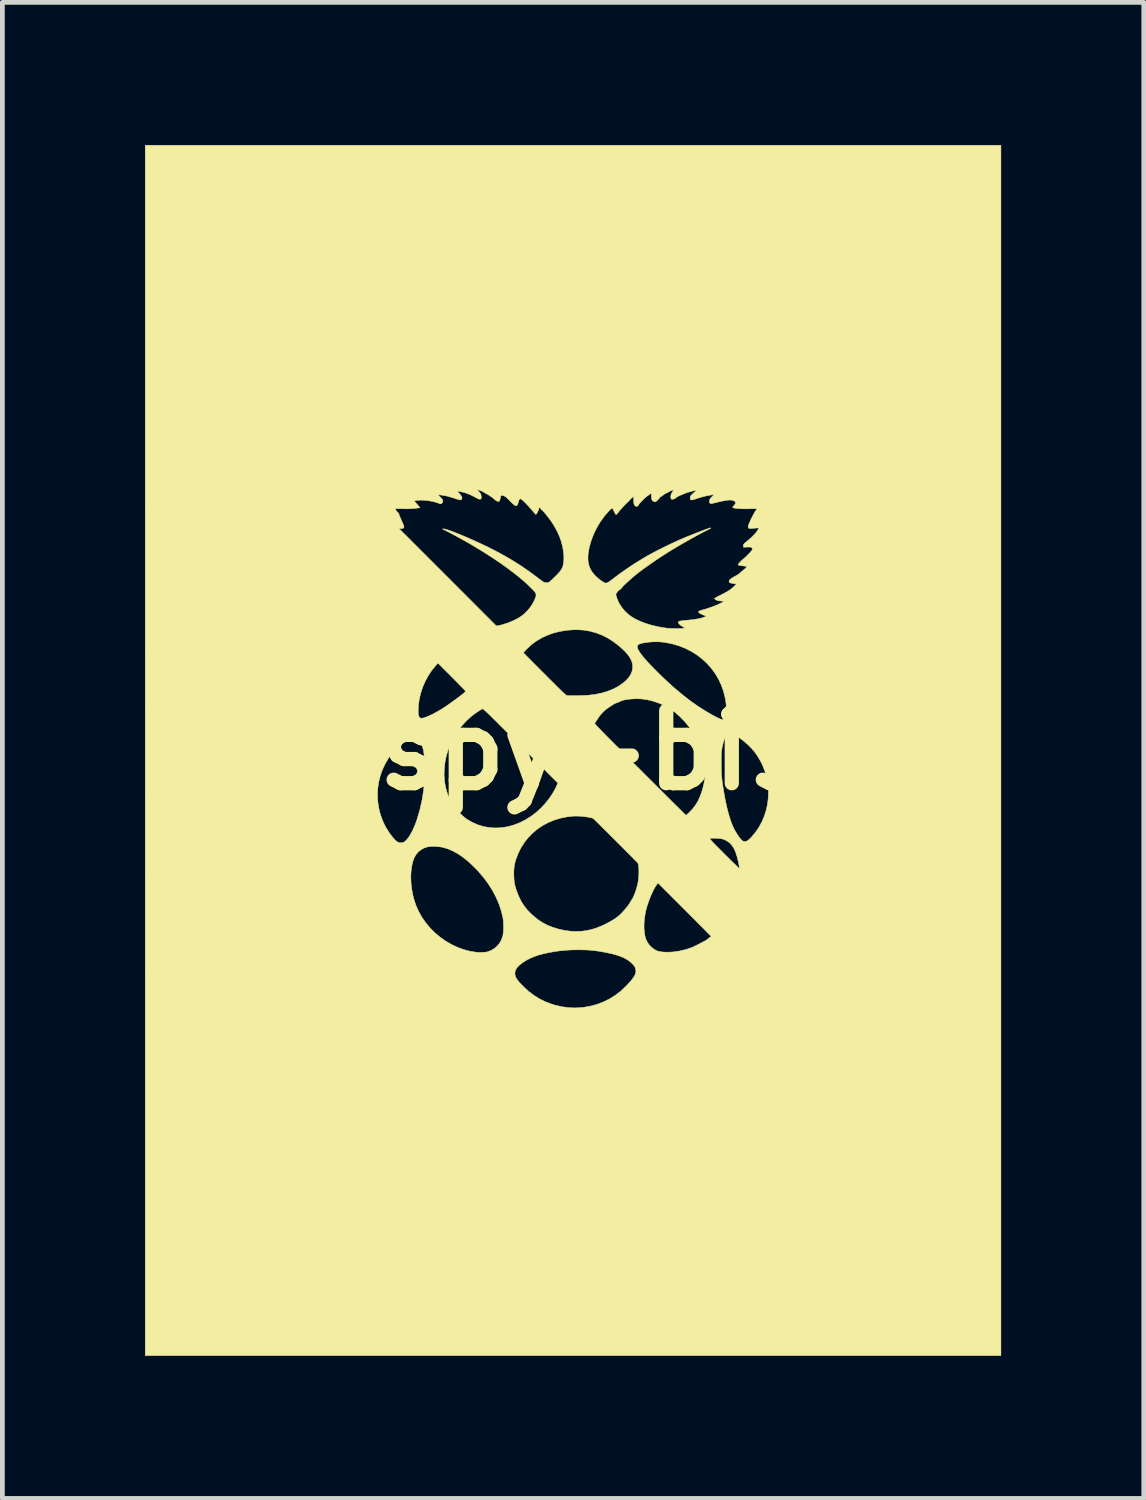
<source format=kicad_pcb>
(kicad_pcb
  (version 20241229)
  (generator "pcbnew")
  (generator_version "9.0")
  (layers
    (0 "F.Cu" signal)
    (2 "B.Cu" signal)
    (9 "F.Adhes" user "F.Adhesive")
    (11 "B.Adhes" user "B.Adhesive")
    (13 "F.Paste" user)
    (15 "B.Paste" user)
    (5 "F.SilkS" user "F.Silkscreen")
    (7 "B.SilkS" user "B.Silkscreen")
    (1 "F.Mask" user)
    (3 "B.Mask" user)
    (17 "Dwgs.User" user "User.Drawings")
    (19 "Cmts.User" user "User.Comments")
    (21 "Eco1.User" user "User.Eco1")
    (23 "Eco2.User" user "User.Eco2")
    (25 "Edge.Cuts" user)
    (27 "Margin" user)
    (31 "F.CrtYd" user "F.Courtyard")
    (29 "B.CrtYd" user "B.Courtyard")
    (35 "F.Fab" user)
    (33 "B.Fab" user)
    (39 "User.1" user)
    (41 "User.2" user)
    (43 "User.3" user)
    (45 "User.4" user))
  (footprint "raspy-bis2"
    (layer "F.Cu")
    (at 9.004 12.734)
    (property "Reference" "raspy-bis2" (at 0 0 0) (layer "F.SilkS") (effects (font (size 1.524 1.524) (thickness 0.3))))
    (attr through_hole)
    (fp_poly (pts (xy 8.999 12.729) (xy -8.999 12.729) (xy -8.999 4.703) (xy -1.224 4.703) (xy -1.214 4.751) (xy -1.213 4.753) (xy -1.197 4.787) (xy -1.173 4.824) (xy -1.141 4.866) (xy -1.099 4.912) (xy -1.046 4.966) (xy -1.037 4.975) (xy -0.929 5.073) (xy -0.818 5.156) (xy -0.703 5.227) (xy -0.582 5.287) (xy -0.453 5.335) (xy -0.376 5.359) (xy -0.241 5.39) (xy -0.11 5.409) (xy 0.02 5.416) (xy 0.152 5.411) (xy 0.207 5.406) (xy 0.354 5.381) (xy 0.496 5.344) (xy 0.632 5.293) (xy 0.762 5.229) (xy 0.886 5.152) (xy 1.004 5.062) (xy 1.114 4.959) (xy 1.218 4.845) (xy 1.256 4.796) (xy 1.285 4.754) (xy 1.304 4.718) (xy 1.316 4.684) (xy 1.32 4.652) (xy 1.321 4.642) (xy 1.316 4.598) (xy 1.302 4.559) (xy 1.277 4.521) (xy 1.258 4.499) (xy 1.207 4.451) (xy 1.149 4.408) (xy 1.082 4.369) (xy 1.005 4.335) (xy 0.918 4.305) (xy 0.819 4.278) (xy 0.722 4.257) (xy 0.616 4.236) (xy 0.518 4.22) (xy 0.426 4.209) (xy 0.335 4.2) (xy 0.241 4.196) (xy 0.139 4.194) (xy 0.098 4.194) (xy -0.028 4.196) (xy -0.146 4.202) (xy -0.26 4.213) (xy -0.375 4.228) (xy -0.497 4.25) (xy -0.497 4.25) (xy -0.617 4.275) (xy -0.724 4.304) (xy -0.82 4.337) (xy -0.907 4.374) (xy -0.987 4.416) (xy -1.062 4.464) (xy -1.069 4.469) (xy -1.129 4.516) (xy -1.174 4.563) (xy -1.205 4.61) (xy -1.221 4.656) (xy -1.224 4.703) (xy -8.999 4.703) (xy -8.999 2.615) (xy -3.412 2.615) (xy -3.412 2.718) (xy -3.405 2.824) (xy -3.391 2.932) (xy -3.371 3.039) (xy -3.344 3.144) (xy -3.31 3.246) (xy -3.307 3.255) (xy -3.25 3.384) (xy -3.181 3.507) (xy -3.101 3.623) (xy -3.01 3.732) (xy -2.91 3.833) (xy -2.801 3.925) (xy -2.685 4.007) (xy -2.563 4.079) (xy -2.435 4.14) (xy -2.304 4.188) (xy -2.169 4.224) (xy -2.039 4.245) (xy -1.989 4.249) (xy -1.937 4.249) (xy -1.885 4.247) (xy -1.838 4.243) (xy -1.8 4.236) (xy -1.793 4.234) (xy -1.72 4.205) (xy -1.654 4.165) (xy -1.595 4.114) (xy -1.547 4.055) (xy -1.518 4.006) (xy -1.502 3.97) (xy -1.488 3.932) (xy -1.477 3.897) (xy -1.476 3.89) (xy -1.47 3.852) (xy -1.466 3.803) (xy -1.463 3.748) (xy -1.463 3.689) (xy -1.465 3.631) (xy -1.468 3.578) (xy -1.474 3.533) (xy -1.475 3.523) (xy -1.51 3.377) (xy -1.558 3.232) (xy -1.62 3.088) (xy -1.695 2.946) (xy -1.783 2.807) (xy -1.883 2.672) (xy -1.971 2.569) (xy -1.247 2.569) (xy -1.246 2.633) (xy -1.243 2.696) (xy -1.239 2.75) (xy -1.231 2.798) (xy -1.221 2.847) (xy -1.206 2.899) (xy -1.191 2.946) (xy -1.147 3.061) (xy -1.095 3.167) (xy -1.034 3.264) (xy -0.963 3.355) (xy -0.88 3.441) (xy -0.785 3.523) (xy -0.711 3.579) (xy -0.623 3.634) (xy -0.524 3.683) (xy -0.417 3.724) (xy -0.303 3.758) (xy -0.187 3.784) (xy -0.069 3.801) (xy 0.047 3.808) (xy 0.16 3.805) (xy 0.182 3.803) (xy 0.289 3.788) (xy 0.391 3.766) (xy 0.491 3.735) (xy 0.516 3.725) (xy 1.492 3.725) (xy 1.495 3.774) (xy 1.502 3.842) (xy 1.512 3.899) (xy 1.525 3.95) (xy 1.543 3.996) (xy 1.565 4.039) (xy 1.599 4.087) (xy 1.642 4.133) (xy 1.691 4.173) (xy 1.743 4.205) (xy 1.78 4.221) (xy 1.832 4.233) (xy 1.895 4.241) (xy 1.968 4.244) (xy 2.048 4.242) (xy 2.108 4.238) (xy 2.247 4.218) (xy 2.382 4.185) (xy 2.51 4.14) (xy 2.627 4.084) (xy 2.663 4.065) (xy 2.702 4.044) (xy 2.738 4.026) (xy 2.751 4.019) (xy 2.782 4.002) (xy 2.812 3.983) (xy 2.836 3.965) (xy 2.838 3.963) (xy 2.859 3.946) (xy 2.878 3.933) (xy 2.887 3.927) (xy 2.899 3.918) (xy 2.903 3.912) (xy 2.898 3.906) (xy 2.883 3.89) (xy 2.86 3.866) (xy 2.828 3.833) (xy 2.788 3.793) (xy 2.742 3.746) (xy 2.689 3.693) (xy 2.63 3.634) (xy 2.567 3.57) (xy 2.499 3.501) (xy 2.427 3.43) (xy 2.353 3.355) (xy 2.343 3.345) (xy 1.783 2.785) (xy 1.767 2.813) (xy 1.753 2.835) (xy 1.739 2.855) (xy 1.736 2.859) (xy 1.717 2.888) (xy 1.694 2.929) (xy 1.67 2.98) (xy 1.644 3.037) (xy 1.618 3.099) (xy 1.594 3.164) (xy 1.571 3.23) (xy 1.552 3.287) (xy 1.524 3.396) (xy 1.505 3.508) (xy 1.494 3.619) (xy 1.492 3.725) (xy 0.516 3.725) (xy 0.594 3.694) (xy 0.686 3.651) (xy 0.765 3.609) (xy 0.833 3.57) (xy 0.893 3.531) (xy 0.947 3.491) (xy 0.997 3.446) (xy 1.047 3.394) (xy 1.099 3.335) (xy 1.143 3.281) (xy 1.164 3.253) (xy 1.185 3.223) (xy 1.201 3.197) (xy 1.201 3.197) (xy 1.216 3.171) (xy 1.235 3.14) (xy 1.253 3.109) (xy 1.254 3.109) (xy 1.272 3.073) (xy 1.292 3.026) (xy 1.312 2.972) (xy 1.331 2.913) (xy 1.348 2.853) (xy 1.362 2.794) (xy 1.364 2.783) (xy 1.373 2.729) (xy 1.379 2.672) (xy 1.383 2.613) (xy 1.384 2.555) (xy 1.383 2.5) (xy 1.38 2.451) (xy 1.374 2.41) (xy 1.366 2.38) (xy 1.36 2.368) (xy 1.354 2.36) (xy 1.337 2.343) (xy 1.313 2.318) (xy 1.281 2.285) (xy 1.242 2.246) (xy 1.197 2.2) (xy 1.147 2.15) (xy 1.094 2.096) (xy 1.037 2.039) (xy 0.978 1.98) (xy 0.918 1.92) (xy 0.857 1.86) (xy 0.853 1.855) (xy 2.876 1.855) (xy 2.878 1.86) (xy 2.883 1.868) (xy 2.893 1.881) (xy 2.908 1.898) (xy 2.929 1.921) (xy 2.957 1.95) (xy 2.992 1.986) (xy 3.036 2.03) (xy 3.087 2.082) (xy 3.149 2.144) (xy 3.179 2.174) (xy 3.235 2.23) (xy 3.288 2.282) (xy 3.336 2.33) (xy 3.38 2.373) (xy 3.419 2.41) (xy 3.45 2.44) (xy 3.474 2.463) (xy 3.49 2.477) (xy 3.497 2.481) (xy 3.497 2.481) (xy 3.497 2.471) (xy 3.495 2.45) (xy 3.492 2.423) (xy 3.491 2.418) (xy 3.481 2.365) (xy 3.467 2.305) (xy 3.451 2.242) (xy 3.432 2.181) (xy 3.418 2.138) (xy 3.383 2.061) (xy 3.34 1.995) (xy 3.289 1.941) (xy 3.229 1.899) (xy 3.161 1.869) (xy 3.135 1.861) (xy 3.11 1.856) (xy 3.077 1.852) (xy 3.038 1.849) (xy 2.997 1.847) (xy 2.957 1.847) (xy 2.921 1.847) (xy 2.894 1.849) (xy 2.878 1.853) (xy 2.876 1.855) (xy 0.853 1.855) (xy 0.797 1.8) (xy 0.739 1.741) (xy 0.682 1.685) (xy 0.629 1.633) (xy 0.58 1.584) (xy 0.537 1.541) (xy 0.499 1.504) (xy 0.468 1.473) (xy 0.444 1.451) (xy 0.43 1.437) (xy 0.425 1.433) (xy 0.403 1.423) (xy 0.369 1.414) (xy 0.326 1.405) (xy 0.275 1.397) (xy 0.221 1.39) (xy 0.164 1.385) (xy 0.108 1.382) (xy 0.055 1.381) (xy 0.011 1.382) (xy -0.131 1.398) (xy -0.268 1.426) (xy -0.4 1.466) (xy -0.524 1.518) (xy -0.642 1.581) (xy -0.751 1.655) (xy -0.852 1.739) (xy -0.943 1.833) (xy -1.025 1.936) (xy -1.096 2.048) (xy -1.156 2.168) (xy -1.203 2.293) (xy -1.223 2.362) (xy -1.236 2.428) (xy -1.244 2.496) (xy -1.247 2.569) (xy -1.971 2.569) (xy -1.994 2.542) (xy -2.043 2.49) (xy -2.146 2.389) (xy -2.246 2.301) (xy -2.344 2.226) (xy -2.44 2.163) (xy -2.536 2.112) (xy -2.632 2.071) (xy -2.729 2.042) (xy -2.758 2.035) (xy -2.802 2.028) (xy -2.854 2.022) (xy -2.908 2.019) (xy -2.961 2.019) (xy -3.009 2.021) (xy -3.048 2.026) (xy -3.058 2.028) (xy -3.132 2.052) (xy -3.198 2.088) (xy -3.256 2.135) (xy -3.304 2.192) (xy -3.31 2.201) (xy -3.344 2.265) (xy -3.371 2.34) (xy -3.391 2.424) (xy -3.405 2.517) (xy -3.412 2.615) (xy -8.999 2.615) (xy -8.999 0.933) (xy -4.115 0.933) (xy -4.108 1.07) (xy -4.088 1.206) (xy -4.055 1.341) (xy -4.008 1.473) (xy -3.973 1.549) (xy -3.942 1.611) (xy -3.906 1.671) (xy -3.868 1.73) (xy -3.828 1.785) (xy -3.789 1.834) (xy -3.751 1.876) (xy -3.717 1.908) (xy -3.686 1.93) (xy -3.677 1.934) (xy -3.643 1.943) (xy -3.604 1.943) (xy -3.569 1.935) (xy -3.566 1.933) (xy -3.531 1.91) (xy -3.495 1.874) (xy -3.457 1.826) (xy -3.42 1.767) (xy -3.383 1.698) (xy -3.347 1.62) (xy -3.312 1.536) (xy -3.284 1.457) (xy -3.223 1.25) (xy -3.176 1.042) (xy -3.144 0.833) (xy -3.138 0.784) (xy -3.133 0.719) (xy -3.13 0.664) (xy -3.131 0.611) (xy -3.135 0.557) (xy -3.14 0.523) (xy -2.713 0.523) (xy -2.703 0.657) (xy -2.679 0.786) (xy -2.643 0.91) (xy -2.593 1.029) (xy -2.53 1.141) (xy -2.517 1.161) (xy -2.482 1.21) (xy -2.437 1.262) (xy -2.386 1.316) (xy -2.333 1.367) (xy -2.28 1.412) (xy -2.231 1.449) (xy -2.229 1.45) (xy -2.121 1.513) (xy -2.008 1.563) (xy -1.89 1.599) (xy -1.768 1.622) (xy -1.643 1.631) (xy -1.516 1.626) (xy -1.515 1.626) (xy -1.384 1.606) (xy -1.255 1.572) (xy -1.129 1.524) (xy -1.006 1.463) (xy -0.888 1.389) (xy -0.774 1.303) (xy -0.671 1.209) (xy -0.584 1.114) (xy -0.504 1.014) (xy -0.434 0.911) (xy -0.374 0.806) (xy -0.344 0.741) (xy -0.32 0.686) (xy -1.103 -0.097) (xy -1.21 -0.203) (xy -1.306 -0.3) (xy -1.394 -0.387) (xy -1.472 -0.465) (xy -1.542 -0.534) (xy -1.58 -0.572) (xy 0.457 -0.572) (xy 0.457 -0.569) (xy 0.458 -0.565) (xy 0.462 -0.559) (xy 0.467 -0.551) (xy 0.476 -0.541) (xy 0.487 -0.527) (xy 0.502 -0.511) (xy 0.521 -0.491) (xy 0.545 -0.466) (xy 0.573 -0.437) (xy 0.606 -0.403) (xy 0.645 -0.363) (xy 0.69 -0.317) (xy 0.742 -0.265) (xy 0.801 -0.206) (xy 0.867 -0.139) (xy 0.941 -0.065) (xy 1.023 0.017) (xy 1.114 0.108) (xy 1.214 0.208) (xy 1.323 0.318) (xy 1.409 0.404) (xy 1.507 0.502) (xy 1.603 0.598) (xy 1.696 0.69) (xy 1.785 0.779) (xy 1.869 0.863) (xy 1.949 0.943) (xy 2.024 1.017) (xy 2.092 1.086) (xy 2.155 1.148) (xy 2.211 1.203) (xy 2.259 1.251) (xy 2.3 1.292) (xy 2.332 1.323) (xy 2.356 1.347) (xy 2.37 1.36) (xy 2.375 1.364) (xy 2.382 1.36) (xy 2.398 1.347) (xy 2.419 1.327) (xy 2.444 1.304) (xy 2.447 1.301) (xy 2.515 1.229) (xy 2.573 1.153) (xy 2.623 1.072) (xy 2.666 0.982) (xy 2.703 0.881) (xy 2.725 0.808) (xy 2.746 0.726) (xy 2.761 0.65) (xy 2.77 0.575) (xy 2.774 0.496) (xy 2.775 0.439) (xy 2.769 0.318) (xy 2.762 0.263) (xy 3.117 0.263) (xy 3.117 0.279) (xy 3.117 0.347) (xy 3.118 0.406) (xy 3.12 0.459) (xy 3.122 0.509) (xy 3.126 0.558) (xy 3.131 0.608) (xy 3.138 0.663) (xy 3.146 0.723) (xy 3.157 0.792) (xy 3.17 0.873) (xy 3.176 0.904) (xy 3.199 1.032) (xy 3.225 1.156) (xy 3.253 1.273) (xy 3.284 1.382) (xy 3.315 1.48) (xy 3.348 1.568) (xy 3.379 1.638) (xy 3.403 1.683) (xy 3.431 1.731) (xy 3.46 1.777) (xy 3.49 1.82) (xy 3.517 1.856) (xy 3.541 1.882) (xy 3.544 1.885) (xy 3.565 1.903) (xy 3.582 1.912) (xy 3.6 1.916) (xy 3.607 1.916) (xy 3.634 1.913) (xy 3.659 1.905) (xy 3.662 1.904) (xy 3.677 1.894) (xy 3.698 1.876) (xy 3.724 1.852) (xy 3.747 1.829) (xy 3.834 1.726) (xy 3.91 1.615) (xy 3.974 1.497) (xy 4.025 1.374) (xy 4.065 1.246) (xy 4.092 1.115) (xy 4.107 0.981) (xy 4.109 0.847) (xy 4.098 0.711) (xy 4.074 0.577) (xy 4.037 0.445) (xy 3.987 0.315) (xy 3.973 0.285) (xy 3.934 0.21) (xy 3.888 0.133) (xy 3.838 0.059) (xy 3.795 0.003) (xy 3.747 -0.051) (xy 3.693 -0.106) (xy 3.635 -0.159) (xy 3.574 -0.209) (xy 3.513 -0.254) (xy 3.454 -0.294) (xy 3.399 -0.325) (xy 3.35 -0.347) (xy 3.333 -0.353) (xy 3.299 -0.359) (xy 3.269 -0.356) (xy 3.243 -0.343) (xy 3.22 -0.318) (xy 3.199 -0.282) (xy 3.18 -0.233) (xy 3.161 -0.171) (xy 3.157 -0.156) (xy 3.146 -0.114) (xy 3.138 -0.076) (xy 3.131 -0.04) (xy 3.126 -0.003) (xy 3.122 0.036) (xy 3.12 0.079) (xy 3.118 0.13) (xy 3.117 0.191) (xy 3.117 0.263) (xy 2.762 0.263) (xy 2.754 0.202) (xy 2.729 0.087) (xy 2.692 -0.027) (xy 2.644 -0.144) (xy 2.598 -0.237) (xy 2.521 -0.373) (xy 2.436 -0.499) (xy 2.343 -0.613) (xy 2.243 -0.716) (xy 2.137 -0.807) (xy 2.025 -0.885) (xy 1.907 -0.95) (xy 1.811 -0.993) (xy 1.684 -1.036) (xy 1.561 -1.066) (xy 1.44 -1.083) (xy 1.318 -1.087) (xy 1.194 -1.079) (xy 1.193 -1.079) (xy 1.134 -1.071) (xy 1.087 -1.063) (xy 1.047 -1.053) (xy 1.011 -1.041) (xy 0.977 -1.026) (xy 0.972 -1.023) (xy 0.946 -1.011) (xy 0.922 -1.002) (xy 0.909 -0.998) (xy 0.891 -0.992) (xy 0.867 -0.979) (xy 0.84 -0.963) (xy 0.832 -0.958) (xy 0.801 -0.938) (xy 0.769 -0.917) (xy 0.741 -0.899) (xy 0.738 -0.897) (xy 0.699 -0.869) (xy 0.656 -0.831) (xy 0.613 -0.789) (xy 0.575 -0.746) (xy 0.545 -0.707) (xy 0.543 -0.704) (xy 0.524 -0.675) (xy 0.506 -0.647) (xy 0.49 -0.625) (xy 0.487 -0.62) (xy 0.473 -0.599) (xy 0.461 -0.58) (xy 0.457 -0.574) (xy 0.457 -0.572) (xy -1.58 -0.572) (xy -1.604 -0.596) (xy -1.659 -0.65) (xy -1.707 -0.697) (xy -1.748 -0.738) (xy -1.783 -0.772) (xy -1.813 -0.8) (xy -1.837 -0.823) (xy -1.857 -0.841) (xy -1.873 -0.855) (xy -1.885 -0.865) (xy -1.893 -0.871) (xy -1.899 -0.875) (xy -1.903 -0.876) (xy -1.903 -0.876) (xy -1.918 -0.869) (xy -1.942 -0.856) (xy -1.972 -0.837) (xy -2.007 -0.814) (xy -2.044 -0.789) (xy -2.08 -0.763) (xy -2.113 -0.739) (xy -2.13 -0.725) (xy -2.238 -0.629) (xy -2.337 -0.521) (xy -2.427 -0.405) (xy -2.505 -0.281) (xy -2.572 -0.15) (xy -2.627 -0.014) (xy -2.669 0.126) (xy -2.693 0.243) (xy -2.709 0.385) (xy -2.713 0.523) (xy -3.14 0.523) (xy -3.143 0.495) (xy -3.147 0.462) (xy -3.149 0.432) (xy -3.148 0.4) (xy -3.145 0.362) (xy -3.143 0.339) (xy -3.136 0.279) (xy -3.132 0.23) (xy -3.13 0.19) (xy -3.129 0.154) (xy -3.131 0.12) (xy -3.134 0.085) (xy -3.135 0.079) (xy -3.148 -0.005) (xy -3.169 -0.08) (xy -3.198 -0.152) (xy -3.2 -0.156) (xy -3.231 -0.212) (xy -3.264 -0.254) (xy -3.297 -0.282) (xy -3.333 -0.296) (xy -3.351 -0.298) (xy -3.378 -0.292) (xy -3.412 -0.278) (xy -3.454 -0.255) (xy -3.5 -0.226) (xy -3.55 -0.19) (xy -3.6 -0.15) (xy -3.651 -0.106) (xy -3.7 -0.06) (xy -3.701 -0.058) (xy -3.797 0.047) (xy -3.88 0.16) (xy -3.951 0.279) (xy -4.009 0.403) (xy -4.055 0.531) (xy -4.088 0.663) (xy -4.108 0.798) (xy -4.115 0.933) (xy -8.999 0.933) (xy -8.999 -0.828) (xy -3.258 -0.828) (xy -3.257 -0.779) (xy -3.252 -0.742) (xy -3.243 -0.715) (xy -3.231 -0.696) (xy -3.226 -0.691) (xy -3.21 -0.681) (xy -3.193 -0.676) (xy -3.17 -0.678) (xy -3.139 -0.685) (xy -3.101 -0.697) (xy -3.047 -0.719) (xy -2.985 -0.747) (xy -2.917 -0.782) (xy -2.846 -0.821) (xy -2.775 -0.863) (xy -2.707 -0.906) (xy -2.7 -0.911) (xy -2.657 -0.94) (xy -2.61 -0.972) (xy -2.561 -1.007) (xy -2.512 -1.043) (xy -2.462 -1.079) (xy -2.415 -1.114) (xy -2.372 -1.147) (xy -2.333 -1.177) (xy -2.301 -1.203) (xy -2.277 -1.223) (xy -2.262 -1.237) (xy -2.258 -1.242) (xy -2.263 -1.248) (xy -2.277 -1.264) (xy -2.299 -1.288) (xy -2.329 -1.319) (xy -2.366 -1.357) (xy -2.408 -1.4) (xy -2.455 -1.448) (xy -2.507 -1.5) (xy -2.549 -1.543) (xy -2.843 -1.836) (xy -2.881 -1.794) (xy -2.968 -1.69) (xy -3.044 -1.576) (xy -3.11 -1.455) (xy -3.165 -1.328) (xy -3.207 -1.197) (xy -3.238 -1.063) (xy -3.255 -0.929) (xy -3.258 -0.828) (xy -8.999 -0.828) (xy -8.999 -2.054) (xy -1.045 -2.054) (xy -1.04 -2.049) (xy -1.025 -2.033) (xy -1.002 -2.01) (xy -0.971 -1.978) (xy -0.932 -1.939) (xy -0.886 -1.893) (xy -0.835 -1.841) (xy -0.779 -1.785) (xy -0.718 -1.724) (xy -0.654 -1.659) (xy -0.597 -1.603) (xy -0.519 -1.524) (xy -0.45 -1.456) (xy -0.39 -1.397) (xy -0.339 -1.345) (xy -0.295 -1.302) (xy -0.258 -1.266) (xy -0.227 -1.236) (xy -0.202 -1.212) (xy -0.181 -1.193) (xy -0.165 -1.179) (xy -0.152 -1.168) (xy -0.142 -1.161) (xy -0.134 -1.157) (xy -0.128 -1.154) (xy -0.122 -1.153) (xy -0.12 -1.153) (xy -0.096 -1.152) (xy -0.06 -1.151) (xy -0.016 -1.151) (xy 0.035 -1.152) (xy 0.09 -1.152) (xy 0.145 -1.154) (xy 0.199 -1.155) (xy 0.248 -1.157) (xy 0.29 -1.159) (xy 0.322 -1.161) (xy 0.327 -1.162) (xy 0.469 -1.179) (xy 0.6 -1.206) (xy 0.722 -1.242) (xy 0.837 -1.288) (xy 0.882 -1.31) (xy 0.974 -1.362) (xy 1.053 -1.418) (xy 1.12 -1.476) (xy 1.174 -1.537) (xy 1.214 -1.601) (xy 1.241 -1.666) (xy 1.253 -1.733) (xy 1.253 -1.787) (xy 1.243 -1.844) (xy 1.223 -1.901) (xy 1.191 -1.959) (xy 1.148 -2.019) (xy 1.092 -2.082) (xy 1.023 -2.148) (xy 0.99 -2.178) (xy 1.351 -2.178) (xy 1.357 -2.148) (xy 1.373 -2.111) (xy 1.399 -2.068) (xy 1.435 -2.017) (xy 1.481 -1.96) (xy 1.537 -1.894) (xy 1.604 -1.821) (xy 1.683 -1.74) (xy 1.772 -1.65) (xy 1.831 -1.591) (xy 1.994 -1.436) (xy 2.153 -1.294) (xy 2.309 -1.164) (xy 2.462 -1.045) (xy 2.615 -0.937) (xy 2.767 -0.839) (xy 2.92 -0.749) (xy 2.971 -0.722) (xy 3.029 -0.692) (xy 3.075 -0.67) (xy 3.113 -0.655) (xy 3.142 -0.648) (xy 3.166 -0.646) (xy 3.184 -0.651) (xy 3.199 -0.662) (xy 3.2 -0.663) (xy 3.211 -0.684) (xy 3.22 -0.717) (xy 3.225 -0.76) (xy 3.227 -0.812) (xy 3.226 -0.871) (xy 3.223 -0.935) (xy 3.216 -1.001) (xy 3.206 -1.069) (xy 3.2 -1.099) (xy 3.166 -1.238) (xy 3.119 -1.371) (xy 3.06 -1.497) (xy 2.99 -1.616) (xy 2.909 -1.727) (xy 2.817 -1.83) (xy 2.716 -1.924) (xy 2.606 -2.008) (xy 2.487 -2.083) (xy 2.361 -2.147) (xy 2.227 -2.2) (xy 2.087 -2.241) (xy 1.942 -2.27) (xy 1.869 -2.279) (xy 1.81 -2.284) (xy 1.748 -2.285) (xy 1.684 -2.284) (xy 1.62 -2.28) (xy 1.558 -2.273) (xy 1.501 -2.265) (xy 1.451 -2.255) (xy 1.41 -2.243) (xy 1.379 -2.23) (xy 1.366 -2.221) (xy 1.354 -2.202) (xy 1.351 -2.178) (xy 0.99 -2.178) (xy 0.977 -2.189) (xy 0.859 -2.281) (xy 0.738 -2.359) (xy 0.613 -2.423) (xy 0.484 -2.473) (xy 0.352 -2.509) (xy 0.215 -2.531) (xy 0.075 -2.539) (xy 0.011 -2.538) (xy -0.139 -2.526) (xy -0.282 -2.502) (xy -0.42 -2.467) (xy -0.549 -2.42) (xy -0.672 -2.362) (xy -0.785 -2.293) (xy -0.889 -2.214) (xy -0.984 -2.124) (xy -0.994 -2.114) (xy -1.015 -2.09) (xy -1.032 -2.071) (xy -1.043 -2.058) (xy -1.045 -2.054) (xy -8.999 -2.054) (xy -8.999 -5.08) (xy -3.737 -5.08) (xy -3.732 -5.062) (xy -3.718 -5.039) (xy -3.697 -5.015) (xy -3.689 -5.007) (xy -3.673 -4.992) (xy -3.664 -4.98) (xy -3.663 -4.976) (xy -3.664 -4.972) (xy -3.662 -4.965) (xy -3.658 -4.954) (xy -3.651 -4.936) (xy -3.641 -4.911) (xy -3.626 -4.876) (xy -3.606 -4.83) (xy -3.595 -4.806) (xy -3.58 -4.772) (xy -3.568 -4.741) (xy -3.56 -4.716) (xy -3.556 -4.701) (xy -3.556 -4.7) (xy -3.561 -4.683) (xy -3.576 -4.672) (xy -3.602 -4.667) (xy -3.622 -4.666) (xy -3.661 -4.666) (xy -2.638 -3.643) (xy -1.615 -2.619) (xy -1.582 -2.623) (xy -1.561 -2.627) (xy -1.531 -2.634) (xy -1.496 -2.643) (xy -1.474 -2.649) (xy -1.367 -2.683) (xy -1.266 -2.725) (xy -1.173 -2.771) (xy -1.092 -2.821) (xy -1.089 -2.824) (xy -1.022 -2.877) (xy -0.959 -2.94) (xy -0.902 -3.009) (xy -0.852 -3.083) (xy -0.812 -3.159) (xy -0.787 -3.224) (xy -0.78 -3.253) (xy -0.779 -3.279) (xy -0.786 -3.303) (xy -0.801 -3.33) (xy -0.827 -3.361) (xy -0.848 -3.383) (xy -0.937 -3.472) (xy -1.039 -3.564) (xy -1.153 -3.66) (xy -1.278 -3.758) (xy -1.413 -3.859) (xy -1.558 -3.961) (xy -1.711 -4.063) (xy -1.871 -4.166) (xy -2.038 -4.268) (xy -2.21 -4.37) (xy -2.388 -4.469) (xy -2.569 -4.567) (xy -2.703 -4.636) (xy -2.747 -4.658) (xy -2.717 -4.659) (xy -2.696 -4.656) (xy -2.663 -4.647) (xy -2.62 -4.633) (xy -2.568 -4.615) (xy -2.507 -4.592) (xy -2.44 -4.565) (xy -2.367 -4.536) (xy -2.289 -4.503) (xy -2.208 -4.469) (xy -2.126 -4.432) (xy -2.043 -4.395) (xy -1.96 -4.357) (xy -1.879 -4.319) (xy -1.801 -4.282) (xy -1.742 -4.252) (xy -1.563 -4.16) (xy -1.395 -4.067) (xy -1.235 -3.971) (xy -1.079 -3.871) (xy -0.924 -3.764) (xy -0.768 -3.649) (xy -0.689 -3.589) (xy -0.663 -3.569) (xy -0.637 -3.552) (xy -0.618 -3.54) (xy -0.612 -3.537) (xy -0.58 -3.529) (xy -0.544 -3.528) (xy -0.513 -3.534) (xy -0.512 -3.534) (xy -0.501 -3.541) (xy -0.482 -3.557) (xy -0.457 -3.58) (xy -0.426 -3.609) (xy -0.393 -3.641) (xy -0.378 -3.656) (xy -0.333 -3.701) (xy -0.297 -3.74) (xy -0.27 -3.772) (xy -0.249 -3.801) (xy -0.233 -3.829) (xy -0.221 -3.857) (xy -0.211 -3.886) (xy -0.199 -3.949) (xy -0.194 -4.021) (xy -0.194 -4.058) (xy 0.312 -4.058) (xy 0.316 -3.975) (xy 0.331 -3.899) (xy 0.357 -3.828) (xy 0.394 -3.762) (xy 0.442 -3.7) (xy 0.453 -3.689) (xy 0.487 -3.654) (xy 0.527 -3.619) (xy 0.569 -3.585) (xy 0.609 -3.557) (xy 0.643 -3.536) (xy 0.647 -3.534) (xy 0.665 -3.525) (xy 0.682 -3.52) (xy 0.698 -3.52) (xy 0.716 -3.525) (xy 0.738 -3.535) (xy 0.765 -3.553) (xy 0.799 -3.577) (xy 0.842 -3.61) (xy 0.856 -3.621) (xy 0.997 -3.727) (xy 1.149 -3.833) (xy 1.308 -3.938) (xy 1.471 -4.038) (xy 1.566 -4.094) (xy 1.63 -4.129) (xy 1.704 -4.169) (xy 1.787 -4.212) (xy 1.875 -4.256) (xy 1.965 -4.3) (xy 2.055 -4.344) (xy 2.142 -4.384) (xy 2.223 -4.421) (xy 2.29 -4.45) (xy 2.341 -4.472) (xy 2.397 -4.495) (xy 2.457 -4.519) (xy 2.518 -4.544) (xy 2.58 -4.568) (xy 2.64 -4.591) (xy 2.697 -4.613) (xy 2.75 -4.633) (xy 2.796 -4.651) (xy 2.835 -4.664) (xy 2.864 -4.674) (xy 2.882 -4.68) (xy 2.887 -4.681) (xy 2.895 -4.679) (xy 2.892 -4.673) (xy 2.876 -4.663) (xy 2.849 -4.648) (xy 2.817 -4.632) (xy 2.763 -4.605) (xy 2.699 -4.572) (xy 2.627 -4.533) (xy 2.549 -4.49) (xy 2.466 -4.444) (xy 2.382 -4.397) (xy 2.298 -4.349) (xy 2.216 -4.301) (xy 2.138 -4.255) (xy 2.067 -4.212) (xy 2.017 -4.182) (xy 1.935 -4.129) (xy 1.848 -4.073) (xy 1.76 -4.015) (xy 1.673 -3.955) (xy 1.588 -3.896) (xy 1.509 -3.84) (xy 1.436 -3.786) (xy 1.372 -3.738) (xy 1.336 -3.71) (xy 1.308 -3.686) (xy 1.274 -3.658) (xy 1.237 -3.626) (xy 1.199 -3.592) (xy 1.161 -3.558) (xy 1.126 -3.526) (xy 1.093 -3.496) (xy 1.066 -3.47) (xy 1.047 -3.451) (xy 1.036 -3.439) (xy 1.035 -3.437) (xy 1.024 -3.422) (xy 1.01 -3.405) (xy 0.995 -3.391) (xy 0.984 -3.383) (xy 0.982 -3.382) (xy 0.972 -3.376) (xy 0.956 -3.362) (xy 0.939 -3.343) (xy 0.922 -3.322) (xy 0.908 -3.302) (xy 0.901 -3.287) (xy 0.9 -3.284) (xy 0.903 -3.266) (xy 0.911 -3.238) (xy 0.922 -3.204) (xy 0.936 -3.167) (xy 0.951 -3.131) (xy 0.966 -3.1) (xy 0.97 -3.092) (xy 1.024 -3.008) (xy 1.089 -2.929) (xy 1.164 -2.86) (xy 1.221 -2.817) (xy 1.308 -2.765) (xy 1.407 -2.717) (xy 1.518 -2.675) (xy 1.639 -2.637) (xy 1.768 -2.606) (xy 1.904 -2.581) (xy 1.956 -2.573) (xy 1.989 -2.57) (xy 2.031 -2.567) (xy 2.079 -2.565) (xy 2.131 -2.564) (xy 2.183 -2.563) (xy 2.232 -2.563) (xy 2.274 -2.564) (xy 2.308 -2.566) (xy 2.322 -2.568) (xy 2.355 -2.573) (xy 2.308 -2.601) (xy 2.264 -2.63) (xy 2.233 -2.656) (xy 2.217 -2.679) (xy 2.214 -2.698) (xy 2.224 -2.714) (xy 2.235 -2.718) (xy 2.258 -2.722) (xy 2.291 -2.727) (xy 2.333 -2.732) (xy 2.378 -2.736) (xy 2.462 -2.745) (xy 2.534 -2.753) (xy 2.594 -2.762) (xy 2.646 -2.771) (xy 2.69 -2.782) (xy 2.729 -2.793) (xy 2.764 -2.807) (xy 2.769 -2.809) (xy 2.805 -2.825) (xy 2.769 -2.837) (xy 2.742 -2.848) (xy 2.711 -2.861) (xy 2.687 -2.873) (xy 2.662 -2.886) (xy 2.648 -2.897) (xy 2.642 -2.907) (xy 2.642 -2.913) (xy 2.643 -2.924) (xy 2.651 -2.931) (xy 2.668 -2.938) (xy 2.683 -2.943) (xy 2.797 -2.976) (xy 2.898 -3.01) (xy 2.987 -3.043) (xy 3.063 -3.075) (xy 3.125 -3.107) (xy 3.126 -3.108) (xy 3.181 -3.139) (xy 3.113 -3.143) (xy 3.069 -3.147) (xy 3.037 -3.153) (xy 3.015 -3.162) (xy 2.996 -3.172) (xy 2.983 -3.181) (xy 2.977 -3.189) (xy 2.979 -3.197) (xy 2.991 -3.207) (xy 3.012 -3.22) (xy 3.044 -3.238) (xy 3.088 -3.26) (xy 3.1 -3.266) (xy 3.164 -3.298) (xy 3.216 -3.326) (xy 3.259 -3.351) (xy 3.295 -3.374) (xy 3.325 -3.396) (xy 3.353 -3.419) (xy 3.38 -3.444) (xy 3.385 -3.449) (xy 3.436 -3.501) (xy 3.389 -3.507) (xy 3.359 -3.512) (xy 3.33 -3.517) (xy 3.313 -3.522) (xy 3.294 -3.529) (xy 3.285 -3.539) (xy 3.282 -3.553) (xy 3.282 -3.568) (xy 3.288 -3.58) (xy 3.302 -3.595) (xy 3.314 -3.606) (xy 3.338 -3.624) (xy 3.369 -3.643) (xy 3.401 -3.661) (xy 3.41 -3.665) (xy 3.442 -3.682) (xy 3.473 -3.702) (xy 3.499 -3.721) (xy 3.504 -3.725) (xy 3.527 -3.746) (xy 3.555 -3.77) (xy 3.583 -3.794) (xy 3.585 -3.795) (xy 3.618 -3.823) (xy 3.639 -3.843) (xy 3.649 -3.857) (xy 3.648 -3.867) (xy 3.636 -3.873) (xy 3.614 -3.877) (xy 3.598 -3.878) (xy 3.564 -3.882) (xy 3.531 -3.887) (xy 3.502 -3.892) (xy 3.481 -3.897) (xy 3.47 -3.901) (xy 3.469 -3.902) (xy 3.474 -3.914) (xy 3.488 -3.933) (xy 3.51 -3.958) (xy 3.536 -3.985) (xy 3.566 -4.013) (xy 3.585 -4.029) (xy 3.618 -4.058) (xy 3.652 -4.09) (xy 3.685 -4.123) (xy 3.715 -4.154) (xy 3.74 -4.182) (xy 3.759 -4.205) (xy 3.769 -4.221) (xy 3.77 -4.223) (xy 3.77 -4.244) (xy 3.759 -4.263) (xy 3.746 -4.274) (xy 3.734 -4.276) (xy 3.711 -4.278) (xy 3.681 -4.278) (xy 3.66 -4.277) (xy 3.586 -4.274) (xy 3.582 -4.295) (xy 3.58 -4.311) (xy 3.583 -4.326) (xy 3.593 -4.341) (xy 3.611 -4.359) (xy 3.638 -4.383) (xy 3.652 -4.394) (xy 3.698 -4.433) (xy 3.744 -4.474) (xy 3.787 -4.516) (xy 3.824 -4.555) (xy 3.848 -4.582) (xy 3.866 -4.607) (xy 3.883 -4.632) (xy 3.895 -4.655) (xy 3.902 -4.671) (xy 3.902 -4.679) (xy 3.894 -4.679) (xy 3.874 -4.679) (xy 3.845 -4.677) (xy 3.811 -4.674) (xy 3.807 -4.674) (xy 3.771 -4.671) (xy 3.739 -4.669) (xy 3.715 -4.669) (xy 3.702 -4.67) (xy 3.702 -4.67) (xy 3.687 -4.681) (xy 3.682 -4.703) (xy 3.688 -4.735) (xy 3.69 -4.743) (xy 3.7 -4.767) (xy 3.714 -4.799) (xy 3.731 -4.837) (xy 3.75 -4.878) (xy 3.771 -4.919) (xy 3.791 -4.958) (xy 3.81 -4.992) (xy 3.825 -5.02) (xy 3.837 -5.038) (xy 3.842 -5.043) (xy 3.855 -5.058) (xy 3.861 -5.072) (xy 3.861 -5.074) (xy 3.86 -5.078) (xy 3.856 -5.081) (xy 3.848 -5.083) (xy 3.833 -5.084) (xy 3.809 -5.085) (xy 3.775 -5.084) (xy 3.729 -5.083) (xy 3.716 -5.082) (xy 3.658 -5.081) (xy 3.6 -5.082) (xy 3.544 -5.083) (xy 3.492 -5.086) (xy 3.445 -5.09) (xy 3.407 -5.094) (xy 3.378 -5.1) (xy 3.362 -5.105) (xy 3.362 -5.106) (xy 3.357 -5.112) (xy 3.358 -5.119) (xy 3.367 -5.132) (xy 3.384 -5.151) (xy 3.407 -5.178) (xy 3.417 -5.201) (xy 3.415 -5.22) (xy 3.402 -5.238) (xy 3.38 -5.253) (xy 3.35 -5.262) (xy 3.313 -5.266) (xy 3.266 -5.265) (xy 3.208 -5.257) (xy 3.14 -5.245) (xy 3.059 -5.227) (xy 3.046 -5.223) (xy 2.997 -5.211) (xy 2.959 -5.202) (xy 2.932 -5.196) (xy 2.912 -5.193) (xy 2.9 -5.192) (xy 2.891 -5.193) (xy 2.885 -5.196) (xy 2.88 -5.2) (xy 2.871 -5.212) (xy 2.867 -5.227) (xy 2.868 -5.249) (xy 2.871 -5.267) (xy 2.877 -5.282) (xy 2.887 -5.298) (xy 2.905 -5.318) (xy 2.918 -5.332) (xy 2.965 -5.379) (xy 2.917 -5.374) (xy 2.863 -5.366) (xy 2.798 -5.353) (xy 2.729 -5.336) (xy 2.657 -5.315) (xy 2.6 -5.297) (xy 2.553 -5.281) (xy 2.517 -5.271) (xy 2.491 -5.268) (xy 2.475 -5.271) (xy 2.466 -5.281) (xy 2.463 -5.299) (xy 2.465 -5.324) (xy 2.465 -5.326) (xy 2.468 -5.34) (xy 2.474 -5.353) (xy 2.485 -5.368) (xy 2.504 -5.386) (xy 2.531 -5.411) (xy 2.531 -5.412) (xy 2.555 -5.434) (xy 2.573 -5.452) (xy 2.583 -5.465) (xy 2.585 -5.47) (xy 2.574 -5.47) (xy 2.552 -5.465) (xy 2.522 -5.458) (xy 2.488 -5.449) (xy 2.451 -5.439) (xy 2.415 -5.428) (xy 2.382 -5.418) (xy 2.357 -5.409) (xy 2.351 -5.406) (xy 2.32 -5.393) (xy 2.284 -5.378) (xy 2.249 -5.364) (xy 2.248 -5.363) (xy 2.218 -5.349) (xy 2.19 -5.334) (xy 2.17 -5.32) (xy 2.168 -5.318) (xy 2.139 -5.296) (xy 2.111 -5.285) (xy 2.086 -5.283) (xy 2.07 -5.285) (xy 2.061 -5.292) (xy 2.057 -5.309) (xy 2.054 -5.351) (xy 2.064 -5.391) (xy 2.087 -5.433) (xy 2.09 -5.437) (xy 2.103 -5.457) (xy 2.112 -5.472) (xy 2.113 -5.479) (xy 2.112 -5.479) (xy 2.098 -5.476) (xy 2.076 -5.468) (xy 2.051 -5.458) (xy 2.028 -5.447) (xy 2.011 -5.438) (xy 2.009 -5.436) (xy 1.99 -5.425) (xy 1.967 -5.415) (xy 1.967 -5.415) (xy 1.947 -5.406) (xy 1.923 -5.391) (xy 1.905 -5.378) (xy 1.881 -5.36) (xy 1.859 -5.345) (xy 1.845 -5.337) (xy 1.829 -5.326) (xy 1.818 -5.314) (xy 1.818 -5.312) (xy 1.811 -5.301) (xy 1.796 -5.284) (xy 1.776 -5.264) (xy 1.774 -5.262) (xy 1.753 -5.243) (xy 1.738 -5.232) (xy 1.726 -5.228) (xy 1.715 -5.229) (xy 1.688 -5.239) (xy 1.668 -5.255) (xy 1.656 -5.279) (xy 1.649 -5.314) (xy 1.647 -5.358) (xy 1.647 -5.382) (xy 1.645 -5.4) (xy 1.643 -5.407) (xy 1.643 -5.407) (xy 1.634 -5.402) (xy 1.616 -5.391) (xy 1.592 -5.374) (xy 1.566 -5.355) (xy 1.539 -5.335) (xy 1.516 -5.315) (xy 1.498 -5.299) (xy 1.496 -5.298) (xy 1.456 -5.257) (xy 1.426 -5.226) (xy 1.404 -5.201) (xy 1.39 -5.183) (xy 1.381 -5.169) (xy 1.379 -5.165) (xy 1.365 -5.144) (xy 1.344 -5.134) (xy 1.321 -5.135) (xy 1.318 -5.137) (xy 1.299 -5.149) (xy 1.286 -5.169) (xy 1.278 -5.199) (xy 1.275 -5.239) (xy 1.274 -5.266) (xy 1.275 -5.34) (xy 1.242 -5.317) (xy 1.221 -5.299) (xy 1.202 -5.281) (xy 1.195 -5.272) (xy 1.179 -5.253) (xy 1.163 -5.236) (xy 1.163 -5.236) (xy 1.143 -5.218) (xy 1.114 -5.19) (xy 1.076 -5.152) (xy 1.046 -5.12) (xy 1.024 -5.096) (xy 0.998 -5.067) (xy 0.974 -5.037) (xy 0.971 -5.033) (xy 0.951 -5.008) (xy 0.933 -4.987) (xy 0.919 -4.972) (xy 0.916 -4.969) (xy 0.908 -4.962) (xy 0.901 -4.962) (xy 0.894 -4.97) (xy 0.883 -4.989) (xy 0.879 -4.994) (xy 0.865 -5.022) (xy 0.851 -5.049) (xy 0.845 -5.064) (xy 0.834 -5.086) (xy 0.822 -5.094) (xy 0.82 -5.095) (xy 0.81 -5.09) (xy 0.793 -5.076) (xy 0.771 -5.056) (xy 0.754 -5.038) (xy 0.657 -4.926) (xy 0.569 -4.804) (xy 0.493 -4.674) (xy 0.428 -4.538) (xy 0.376 -4.398) (xy 0.363 -4.355) (xy 0.335 -4.247) (xy 0.318 -4.148) (xy 0.312 -4.058) (xy -0.194 -4.058) (xy -0.195 -4.102) (xy -0.204 -4.188) (xy -0.219 -4.277) (xy -0.241 -4.367) (xy -0.259 -4.426) (xy -0.28 -4.484) (xy -0.308 -4.55) (xy -0.341 -4.619) (xy -0.377 -4.686) (xy -0.413 -4.748) (xy -0.435 -4.782) (xy -0.46 -4.819) (xy -0.488 -4.858) (xy -0.518 -4.898) (xy -0.548 -4.937) (xy -0.577 -4.973) (xy -0.604 -5.005) (xy -0.626 -5.03) (xy -0.643 -5.048) (xy -0.653 -5.054) (xy -0.665 -5.061) (xy -0.668 -5.066) (xy -0.673 -5.077) (xy -0.685 -5.09) (xy -0.699 -5.103) (xy -0.71 -5.109) (xy -0.711 -5.109) (xy -0.717 -5.103) (xy -0.718 -5.096) (xy -0.722 -5.077) (xy -0.73 -5.053) (xy -0.741 -5.026) (xy -0.755 -5) (xy -0.768 -4.979) (xy -0.779 -4.966) (xy -0.784 -4.964) (xy -0.79 -4.969) (xy -0.804 -4.984) (xy -0.823 -5.005) (xy -0.846 -5.032) (xy -0.853 -5.042) (xy -0.883 -5.076) (xy -0.919 -5.117) (xy -0.957 -5.158) (xy -0.993 -5.197) (xy -1.001 -5.205) (xy -1.04 -5.243) (xy -1.07 -5.27) (xy -1.093 -5.286) (xy -1.111 -5.291) (xy -1.125 -5.285) (xy -1.137 -5.268) (xy -1.146 -5.241) (xy -1.153 -5.213) (xy -1.163 -5.186) (xy -1.175 -5.163) (xy -1.188 -5.149) (xy -1.197 -5.145) (xy -1.211 -5.148) (xy -1.229 -5.157) (xy -1.25 -5.174) (xy -1.278 -5.199) (xy -1.313 -5.233) (xy -1.331 -5.251) (xy -1.364 -5.284) (xy -1.389 -5.309) (xy -1.409 -5.327) (xy -1.426 -5.339) (xy -1.441 -5.348) (xy -1.458 -5.355) (xy -1.462 -5.356) (xy -1.487 -5.364) (xy -1.504 -5.365) (xy -1.515 -5.358) (xy -1.523 -5.34) (xy -1.53 -5.31) (xy -1.53 -5.306) (xy -1.539 -5.272) (xy -1.549 -5.249) (xy -1.562 -5.237) (xy -1.58 -5.236) (xy -1.604 -5.246) (xy -1.634 -5.266) (xy -1.672 -5.298) (xy -1.682 -5.306) (xy -1.703 -5.323) (xy -1.72 -5.336) (xy -1.73 -5.341) (xy -1.731 -5.341) (xy -1.741 -5.346) (xy -1.756 -5.358) (xy -1.762 -5.363) (xy -1.779 -5.376) (xy -1.792 -5.384) (xy -1.795 -5.385) (xy -1.806 -5.389) (xy -1.824 -5.399) (xy -1.848 -5.413) (xy -1.853 -5.417) (xy -1.915 -5.452) (xy -1.979 -5.477) (xy -1.999 -5.482) (xy -2.01 -5.484) (xy -2.013 -5.483) (xy -2.009 -5.476) (xy -1.996 -5.461) (xy -1.986 -5.45) (xy -1.956 -5.414) (xy -1.938 -5.38) (xy -1.931 -5.346) (xy -1.93 -5.335) (xy -1.932 -5.309) (xy -1.938 -5.292) (xy -1.949 -5.284) (xy -1.967 -5.284) (xy -1.994 -5.292) (xy -2.029 -5.309) (xy -2.072 -5.332) (xy -2.156 -5.375) (xy -2.239 -5.409) (xy -2.32 -5.433) (xy -2.396 -5.447) (xy -2.396 -5.447) (xy -2.442 -5.452) (xy -2.409 -5.42) (xy -2.382 -5.392) (xy -2.36 -5.364) (xy -2.344 -5.337) (xy -2.337 -5.316) (xy -2.337 -5.312) (xy -2.342 -5.287) (xy -2.356 -5.272) (xy -2.372 -5.269) (xy -2.386 -5.271) (xy -2.411 -5.277) (xy -2.443 -5.286) (xy -2.478 -5.298) (xy -2.479 -5.298) (xy -2.52 -5.312) (xy -2.566 -5.325) (xy -2.608 -5.338) (xy -2.634 -5.345) (xy -2.665 -5.352) (xy -2.701 -5.359) (xy -2.737 -5.365) (xy -2.771 -5.371) (xy -2.801 -5.374) (xy -2.823 -5.376) (xy -2.834 -5.376) (xy -2.835 -5.375) (xy -2.832 -5.369) (xy -2.82 -5.356) (xy -2.802 -5.337) (xy -2.791 -5.326) (xy -2.77 -5.303) (xy -2.752 -5.282) (xy -2.741 -5.265) (xy -2.74 -5.261) (xy -2.74 -5.234) (xy -2.751 -5.208) (xy -2.767 -5.193) (xy -2.777 -5.187) (xy -2.787 -5.186) (xy -2.801 -5.189) (xy -2.823 -5.196) (xy -2.838 -5.203) (xy -2.905 -5.225) (xy -2.981 -5.242) (xy -3.061 -5.255) (xy -3.142 -5.263) (xy -3.218 -5.264) (xy -3.26 -5.261) (xy -3.291 -5.258) (xy -3.316 -5.255) (xy -3.332 -5.252) (xy -3.337 -5.251) (xy -3.336 -5.246) (xy -3.329 -5.234) (xy -3.314 -5.215) (xy -3.29 -5.188) (xy -3.26 -5.153) (xy -3.237 -5.127) (xy -3.225 -5.11) (xy -3.224 -5.102) (xy -3.225 -5.102) (xy -3.237 -5.101) (xy -3.259 -5.099) (xy -3.291 -5.096) (xy -3.327 -5.092) (xy -3.34 -5.09) (xy -3.388 -5.085) (xy -3.434 -5.083) (xy -3.483 -5.081) (xy -3.539 -5.082) (xy -3.59 -5.083) (xy -3.645 -5.085) (xy -3.686 -5.085) (xy -3.715 -5.085) (xy -3.732 -5.083) (xy -3.737 -5.08) (xy -3.737 -5.08) (xy -8.999 -5.08) (xy -8.999 -12.729) (xy 8.999 -12.729) (xy 8.999 12.729)) (stroke (width 0.01) (type solid)) (fill yes) (layer "F.SilkS")))
  (gr_rect
    (start -3 -3)
    (end 21.008 28.468)
    (stroke (width 0.1) (type default))
    (fill no)
    (layer "Edge.Cuts")))
</source>
